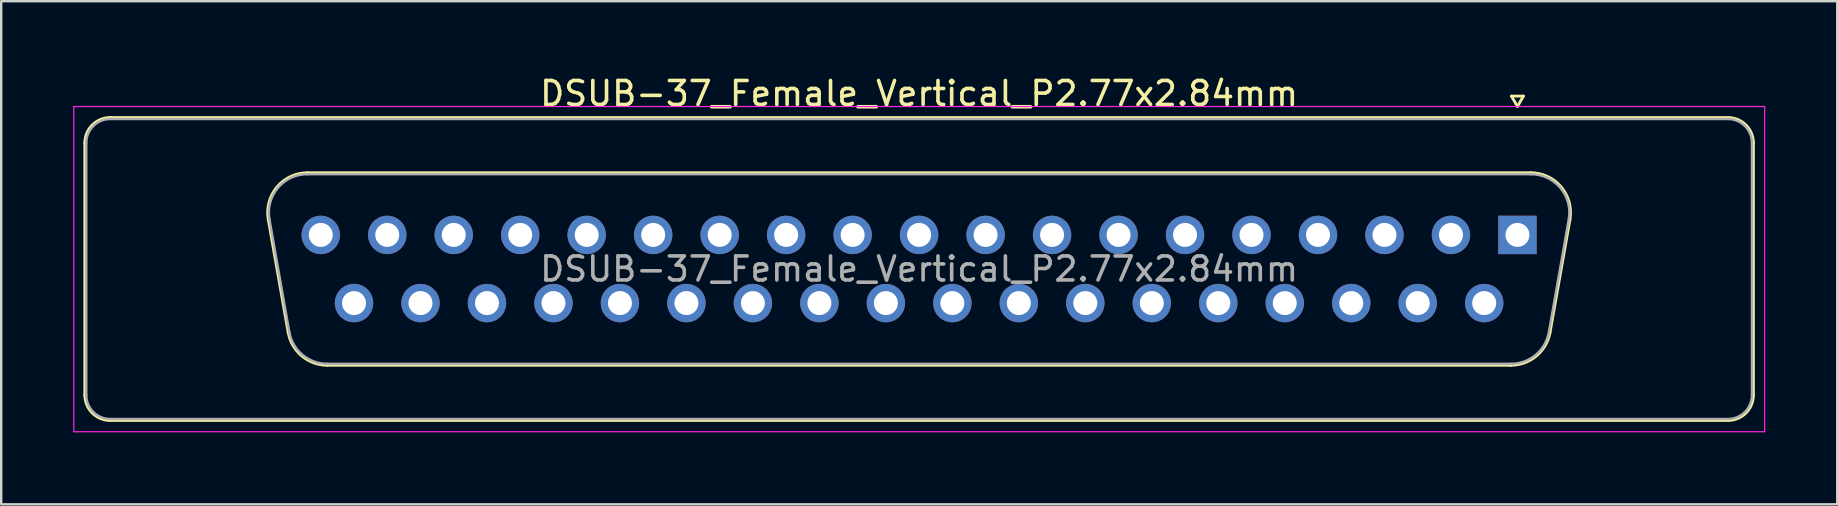
<source format=kicad_pcb>
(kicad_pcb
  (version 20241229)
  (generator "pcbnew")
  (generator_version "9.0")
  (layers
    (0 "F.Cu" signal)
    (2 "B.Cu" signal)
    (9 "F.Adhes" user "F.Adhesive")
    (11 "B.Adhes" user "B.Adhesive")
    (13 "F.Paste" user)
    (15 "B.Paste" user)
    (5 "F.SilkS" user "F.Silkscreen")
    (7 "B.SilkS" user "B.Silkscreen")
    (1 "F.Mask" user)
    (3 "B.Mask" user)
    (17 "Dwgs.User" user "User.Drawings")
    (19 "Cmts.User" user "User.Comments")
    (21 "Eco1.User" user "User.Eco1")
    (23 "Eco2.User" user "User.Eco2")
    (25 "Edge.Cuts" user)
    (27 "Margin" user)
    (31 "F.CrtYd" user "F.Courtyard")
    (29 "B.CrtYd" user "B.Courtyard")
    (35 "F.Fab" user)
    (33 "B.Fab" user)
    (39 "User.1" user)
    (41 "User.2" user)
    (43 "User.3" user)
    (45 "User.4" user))
  (footprint "DSUB-37_Female_Vertical_P2.77x2.84mm"
    (layer "F.Cu")
    (at 60.175 6.738)
    (property "Reference" "DSUB-37_Female_Vertical_P2.77x2.84mm" (at -24.93 -5.89 0) (layer "F.SilkS") (effects (font (size 1 1) (thickness 0.15))))
    (attr through_hole)
    (fp_line (start -59.69 6.67) (end -59.69 -3.83) (stroke (width 0.12) (type solid)) (layer "F.SilkS"))
    (fp_line (start -58.63 -4.89) (end 8.77 -4.89) (stroke (width 0.12) (type solid)) (layer "F.SilkS"))
    (fp_line (start -52.046 -0.642) (end -51.218 4.058) (stroke (width 0.12) (type solid)) (layer "F.SilkS"))
    (fp_line (start -50.412 -2.59) (end 0.552 -2.59) (stroke (width 0.12) (type solid)) (layer "F.SilkS"))
    (fp_line (start -49.583 5.43) (end -0.277 5.43) (stroke (width 0.12) (type solid)) (layer "F.SilkS"))
    (fp_line (start -0.25 -5.784) (end 0.25 -5.784) (stroke (width 0.12) (type solid)) (layer "F.SilkS"))
    (fp_line (start 0 -5.351) (end -0.25 -5.784) (stroke (width 0.12) (type solid)) (layer "F.SilkS"))
    (fp_line (start 0.25 -5.784) (end 0 -5.351) (stroke (width 0.12) (type solid)) (layer "F.SilkS"))
    (fp_line (start 2.186 -0.642) (end 1.358 4.058) (stroke (width 0.12) (type solid)) (layer "F.SilkS"))
    (fp_line (start 8.77 7.73) (end -58.63 7.73) (stroke (width 0.12) (type solid)) (layer "F.SilkS"))
    (fp_line (start 9.83 -3.83) (end 9.83 6.67) (stroke (width 0.12) (type solid)) (layer "F.SilkS"))
    (fp_arc (start -59.69 -3.83) (mid -59.379533 -4.579533) (end -58.63 -4.89) (stroke (width 0.12) (type solid)) (layer "F.SilkS"))
    (fp_arc (start -58.63 7.73) (mid -59.379533 7.419533) (end -59.69 6.67) (stroke (width 0.12) (type solid)) (layer "F.SilkS"))
    (fp_arc (start -52.04647 -0.641744) (mid -51.683323 -1.997028) (end -50.411689 -2.59) (stroke (width 0.12) (type solid)) (layer "F.SilkS"))
    (fp_arc (start -49.582952 5.43) (mid -50.64998 5.041634) (end -51.217733 4.058256) (stroke (width 0.12) (type solid)) (layer "F.SilkS"))
    (fp_arc (start 0.551689 -2.59) (mid 1.823323 -1.997027) (end 2.18647 -0.641744) (stroke (width 0.12) (type solid)) (layer "F.SilkS"))
    (fp_arc (start 1.357733 4.058256) (mid 0.78998 5.041634) (end -0.277048 5.43) (stroke (width 0.12) (type solid)) (layer "F.SilkS"))
    (fp_arc (start 8.77 -4.89) (mid 9.519533 -4.579533) (end 9.83 -3.83) (stroke (width 0.12) (type solid)) (layer "F.SilkS"))
    (fp_arc (start 9.83 6.67) (mid 9.519533 7.419533) (end 8.77 7.73) (stroke (width 0.12) (type solid)) (layer "F.SilkS"))
    (fp_line (start -60.15 -5.35) (end -60.15 8.2) (stroke (width 0.05) (type solid)) (layer "F.CrtYd"))
    (fp_line (start -60.15 8.2) (end 10.3 8.2) (stroke (width 0.05) (type solid)) (layer "F.CrtYd"))
    (fp_line (start 10.3 -5.35) (end -60.15 -5.35) (stroke (width 0.05) (type solid)) (layer "F.CrtYd"))
    (fp_line (start 10.3 8.2) (end 10.3 -5.35) (stroke (width 0.05) (type solid)) (layer "F.CrtYd"))
    (fp_line (start -59.63 6.67) (end -59.63 -3.83) (stroke (width 0.1) (type solid)) (layer "F.Fab"))
    (fp_line (start -58.63 -4.83) (end 8.77 -4.83) (stroke (width 0.1) (type solid)) (layer "F.Fab"))
    (fp_line (start -51.999 -0.652) (end -51.17 4.048) (stroke (width 0.1) (type solid)) (layer "F.Fab"))
    (fp_line (start -50.423 -2.53) (end 0.563 -2.53) (stroke (width 0.1) (type solid)) (layer "F.Fab"))
    (fp_line (start -49.594 5.37) (end -0.266 5.37) (stroke (width 0.1) (type solid)) (layer "F.Fab"))
    (fp_line (start 2.139 -0.652) (end 1.31 4.048) (stroke (width 0.1) (type solid)) (layer "F.Fab"))
    (fp_line (start 8.77 7.67) (end -58.63 7.67) (stroke (width 0.1) (type solid)) (layer "F.Fab"))
    (fp_line (start 9.77 -3.83) (end 9.77 6.67) (stroke (width 0.1) (type solid)) (layer "F.Fab"))
    (fp_arc (start -59.63 -3.83) (mid -59.337107 -4.537107) (end -58.63 -4.83) (stroke (width 0.1) (type solid)) (layer "F.Fab"))
    (fp_arc (start -58.63 7.67) (mid -59.337107 7.377107) (end -59.63 6.67) (stroke (width 0.1) (type solid)) (layer "F.Fab"))
    (fp_arc (start -51.998886 -0.652163) (mid -51.648865 -1.95846) (end -50.423194 -2.53) (stroke (width 0.1) (type solid)) (layer "F.Fab"))
    (fp_arc (start -49.594457 5.37) (mid -50.622917 4.995671) (end -51.170149 4.047837) (stroke (width 0.1) (type solid)) (layer "F.Fab"))
    (fp_arc (start 0.563194 -2.53) (mid 1.788865 -1.95846) (end 2.138886 -0.652163) (stroke (width 0.1) (type solid)) (layer "F.Fab"))
    (fp_arc (start 1.310149 4.047837) (mid 0.762917 4.995671) (end -0.265543 5.37) (stroke (width 0.1) (type solid)) (layer "F.Fab"))
    (fp_arc (start 8.77 -4.83) (mid 9.477107 -4.537107) (end 9.77 -3.83) (stroke (width 0.1) (type solid)) (layer "F.Fab"))
    (fp_arc (start 9.77 6.67) (mid 9.477107 7.377107) (end 8.77 7.67) (stroke (width 0.1) (type solid)) (layer "F.Fab"))
    (fp_text user "${REFERENCE}" (at -24.93 1.42 0) (layer "F.Fab") (effects (font (size 1 1) (thickness 0.15))))
    (pad "1" thru_hole rect (at 0 0) (size 1.6 1.6) (drill 1) (layers "*.Cu" "*.Mask"))
    (pad "2" thru_hole circle (at -2.77 0) (size 1.6 1.6) (drill 1) (layers "*.Cu" "*.Mask"))
    (pad "3" thru_hole circle (at -5.54 0) (size 1.6 1.6) (drill 1) (layers "*.Cu" "*.Mask"))
    (pad "4" thru_hole circle (at -8.31 0) (size 1.6 1.6) (drill 1) (layers "*.Cu" "*.Mask"))
    (pad "5" thru_hole circle (at -11.08 0) (size 1.6 1.6) (drill 1) (layers "*.Cu" "*.Mask"))
    (pad "6" thru_hole circle (at -13.85 0) (size 1.6 1.6) (drill 1) (layers "*.Cu" "*.Mask"))
    (pad "7" thru_hole circle (at -16.62 0) (size 1.6 1.6) (drill 1) (layers "*.Cu" "*.Mask"))
    (pad "8" thru_hole circle (at -19.39 0) (size 1.6 1.6) (drill 1) (layers "*.Cu" "*.Mask"))
    (pad "9" thru_hole circle (at -22.16 0) (size 1.6 1.6) (drill 1) (layers "*.Cu" "*.Mask"))
    (pad "10" thru_hole circle (at -24.93 0) (size 1.6 1.6) (drill 1) (layers "*.Cu" "*.Mask"))
    (pad "11" thru_hole circle (at -27.7 0) (size 1.6 1.6) (drill 1) (layers "*.Cu" "*.Mask"))
    (pad "12" thru_hole circle (at -30.47 0) (size 1.6 1.6) (drill 1) (layers "*.Cu" "*.Mask"))
    (pad "13" thru_hole circle (at -33.24 0) (size 1.6 1.6) (drill 1) (layers "*.Cu" "*.Mask"))
    (pad "14" thru_hole circle (at -36.01 0) (size 1.6 1.6) (drill 1) (layers "*.Cu" "*.Mask"))
    (pad "15" thru_hole circle (at -38.78 0) (size 1.6 1.6) (drill 1) (layers "*.Cu" "*.Mask"))
    (pad "16" thru_hole circle (at -41.55 0) (size 1.6 1.6) (drill 1) (layers "*.Cu" "*.Mask"))
    (pad "17" thru_hole circle (at -44.32 0) (size 1.6 1.6) (drill 1) (layers "*.Cu" "*.Mask"))
    (pad "18" thru_hole circle (at -47.09 0) (size 1.6 1.6) (drill 1) (layers "*.Cu" "*.Mask"))
    (pad "19" thru_hole circle (at -49.86 0) (size 1.6 1.6) (drill 1) (layers "*.Cu" "*.Mask"))
    (pad "20" thru_hole circle (at -1.385 2.84) (size 1.6 1.6) (drill 1) (layers "*.Cu" "*.Mask"))
    (pad "21" thru_hole circle (at -4.155 2.84) (size 1.6 1.6) (drill 1) (layers "*.Cu" "*.Mask"))
    (pad "22" thru_hole circle (at -6.925 2.84) (size 1.6 1.6) (drill 1) (layers "*.Cu" "*.Mask"))
    (pad "23" thru_hole circle (at -9.695 2.84) (size 1.6 1.6) (drill 1) (layers "*.Cu" "*.Mask"))
    (pad "24" thru_hole circle (at -12.465 2.84) (size 1.6 1.6) (drill 1) (layers "*.Cu" "*.Mask"))
    (pad "25" thru_hole circle (at -15.235 2.84) (size 1.6 1.6) (drill 1) (layers "*.Cu" "*.Mask"))
    (pad "26" thru_hole circle (at -18.005 2.84) (size 1.6 1.6) (drill 1) (layers "*.Cu" "*.Mask"))
    (pad "27" thru_hole circle (at -20.775 2.84) (size 1.6 1.6) (drill 1) (layers "*.Cu" "*.Mask"))
    (pad "28" thru_hole circle (at -23.545 2.84) (size 1.6 1.6) (drill 1) (layers "*.Cu" "*.Mask"))
    (pad "29" thru_hole circle (at -26.315 2.84) (size 1.6 1.6) (drill 1) (layers "*.Cu" "*.Mask"))
    (pad "30" thru_hole circle (at -29.085 2.84) (size 1.6 1.6) (drill 1) (layers "*.Cu" "*.Mask"))
    (pad "31" thru_hole circle (at -31.855 2.84) (size 1.6 1.6) (drill 1) (layers "*.Cu" "*.Mask"))
    (pad "32" thru_hole circle (at -34.625 2.84) (size 1.6 1.6) (drill 1) (layers "*.Cu" "*.Mask"))
    (pad "33" thru_hole circle (at -37.395 2.84) (size 1.6 1.6) (drill 1) (layers "*.Cu" "*.Mask"))
    (pad "34" thru_hole circle (at -40.165 2.84) (size 1.6 1.6) (drill 1) (layers "*.Cu" "*.Mask"))
    (pad "35" thru_hole circle (at -42.935 2.84) (size 1.6 1.6) (drill 1) (layers "*.Cu" "*.Mask"))
    (pad "36" thru_hole circle (at -45.705 2.84) (size 1.6 1.6) (drill 1) (layers "*.Cu" "*.Mask"))
    (pad "37" thru_hole circle (at -48.475 2.84) (size 1.6 1.6) (drill 1) (layers "*.Cu" "*.Mask")))
  (gr_rect
    (start -3 -3)
    (end 73.5 17.963)
    (stroke (width 0.1) (type default))
    (fill no)
    (layer "Edge.Cuts")))
</source>
